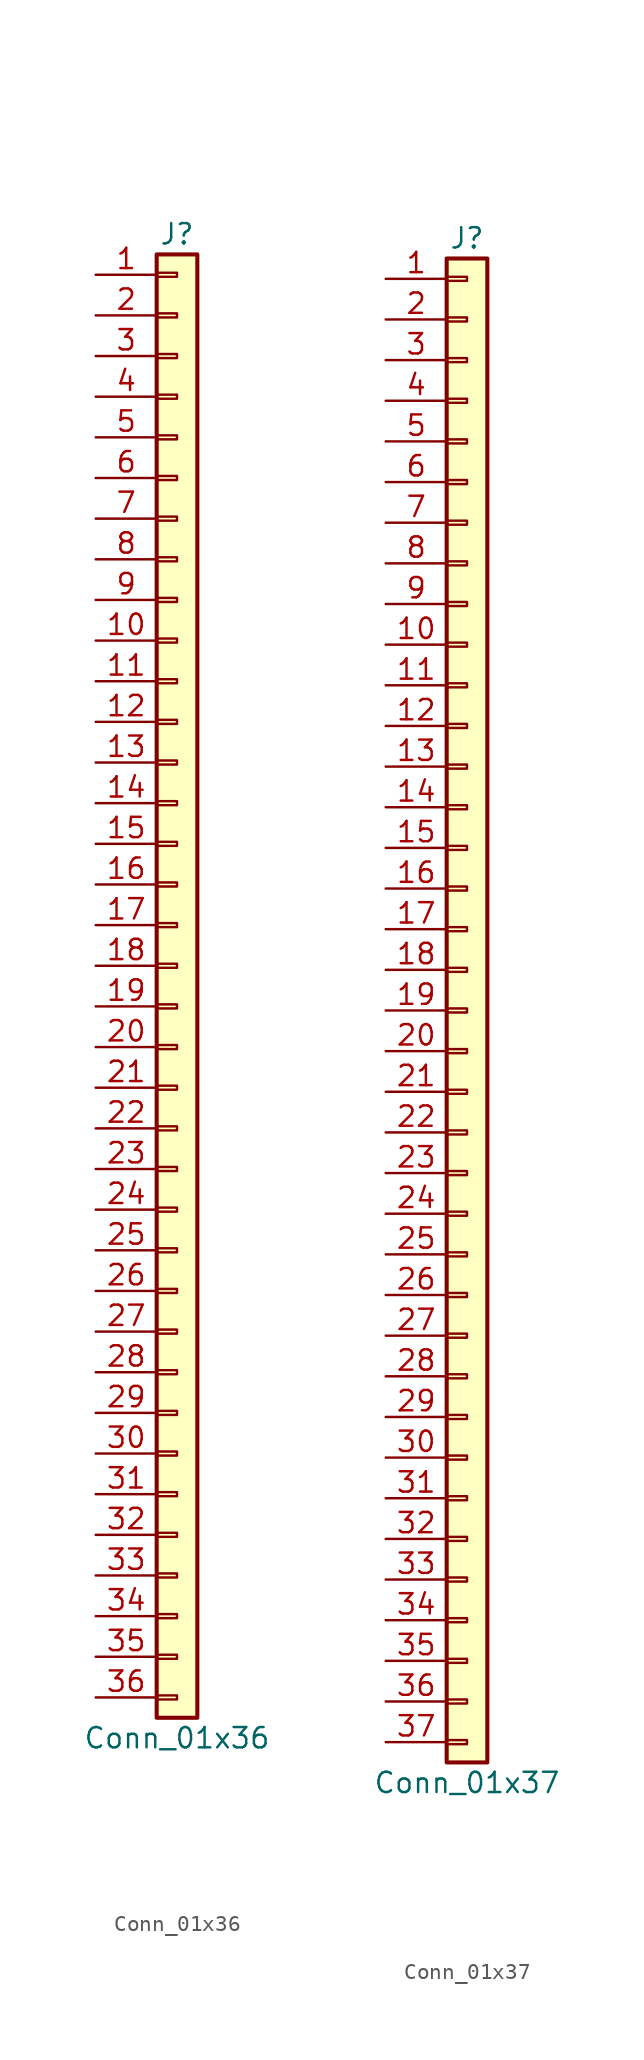
<source format=kicad_sym>
(kicad_symbol_lib
  (version 20201005)
  (generator kicad_symbol_editor)
  (symbol "Connector_Generic:Conn_01x36"
    (pin_names
      (offset 1.016) hide)
    (property "Reference" "J"
      (at 0 45.72 0)
      (effects (font (size 1.27 1.27))))
    (property "Value" "Conn_01x36"
      (at 0 -48.26 0)
      (effects (font (size 1.27 1.27))))
    (symbol "Conn_01x36_1_1"
      (rectangle (start -1.27 -27.813) (end 0 -28.067) (stroke (width 0.152)) (fill (type none)))
      (rectangle (start -1.27 -30.353) (end 0 -30.607) (stroke (width 0.152)) (fill (type none)))
      (rectangle (start -1.27 -32.893) (end 0 -33.147) (stroke (width 0.152)) (fill (type none)))
      (rectangle (start -1.27 -35.433) (end 0 -35.687) (stroke (width 0.152)) (fill (type none)))
      (rectangle (start -1.27 -37.973) (end 0 -38.227) (stroke (width 0.152)) (fill (type none)))
      (rectangle (start -1.27 -40.513) (end 0 -40.767) (stroke (width 0.152)) (fill (type none)))
      (rectangle (start -1.27 -43.053) (end 0 -43.307) (stroke (width 0.152)) (fill (type none)))
      (rectangle (start -1.27 -45.593) (end 0 -45.847) (stroke (width 0.152)) (fill (type none)))
      (rectangle (start -1.27 -4.953) (end 0 -5.207) (stroke (width 0.152)) (fill (type none)))
      (rectangle (start -1.27 -7.493) (end 0 -7.747) (stroke (width 0.152)) (fill (type none)))
      (rectangle (start -1.27 -10.033) (end 0 -10.287) (stroke (width 0.152)) (fill (type none)))
      (rectangle (start -1.27 -12.573) (end 0 -12.827) (stroke (width 0.152)) (fill (type none)))
      (rectangle (start -1.27 -15.113) (end 0 -15.367) (stroke (width 0.152)) (fill (type none)))
      (rectangle (start -1.27 -17.653) (end 0 -17.907) (stroke (width 0.152)) (fill (type none)))
      (rectangle (start -1.27 -20.193) (end 0 -20.447) (stroke (width 0.152)) (fill (type none)))
      (rectangle (start -1.27 -22.733) (end 0 -22.987) (stroke (width 0.152)) (fill (type none)))
      (rectangle (start -1.27 -2.413) (end 0 -2.667) (stroke (width 0.152)) (fill (type none)))
      (rectangle (start -1.27 -25.273) (end 0 -25.527) (stroke (width 0.152)) (fill (type none)))
      (rectangle (start -1.27 25.527) (end 0 25.273) (stroke (width 0.152)) (fill (type none)))
      (rectangle (start -1.27 2.667) (end 0 2.413) (stroke (width 0.152)) (fill (type none)))
      (rectangle (start -1.27 28.067) (end 0 27.813) (stroke (width 0.152)) (fill (type none)))
      (rectangle (start -1.27 30.607) (end 0 30.353) (stroke (width 0.152)) (fill (type none)))
      (rectangle (start -1.27 33.147) (end 0 32.893) (stroke (width 0.152)) (fill (type none)))
      (rectangle (start -1.27 35.687) (end 0 35.433) (stroke (width 0.152)) (fill (type none)))
      (rectangle (start -1.27 38.227) (end 0 37.973) (stroke (width 0.152)) (fill (type none)))
      (rectangle (start -1.27 40.767) (end 0 40.513) (stroke (width 0.152)) (fill (type none)))
      (rectangle (start -1.27 43.307) (end 0 43.053) (stroke (width 0.152)) (fill (type none)))
      (rectangle (start -1.27 44.45) (end 1.27 -46.99) (stroke (width 0.254)) (fill (type background)))
      (rectangle (start -1.27 5.207) (end 0 4.953) (stroke (width 0.152)) (fill (type none)))
      (rectangle (start -1.27 7.747) (end 0 7.493) (stroke (width 0.152)) (fill (type none)))
      (rectangle (start -1.27 10.287) (end 0 10.033) (stroke (width 0.152)) (fill (type none)))
      (rectangle (start -1.27 0.127) (end 0 -0.127) (stroke (width 0.152)) (fill (type none)))
      (rectangle (start -1.27 12.827) (end 0 12.573) (stroke (width 0.152)) (fill (type none)))
      (rectangle (start -1.27 15.367) (end 0 15.113) (stroke (width 0.152)) (fill (type none)))
      (rectangle (start -1.27 17.907) (end 0 17.653) (stroke (width 0.152)) (fill (type none)))
      (rectangle (start -1.27 20.447) (end 0 20.193) (stroke (width 0.152)) (fill (type none)))
      (rectangle (start -1.27 22.987) (end 0 22.733) (stroke (width 0.152)) (fill (type none)))
      (pin passive line (at -5.08 43.18 0) (length 3.81) (name "Pin_1" (effects (font (size 1.27 1.27)))) (number "1" (effects (font (size 1.27 1.27)))))
      (pin passive line (at -5.08 20.32 0) (length 3.81) (name "Pin_10" (effects (font (size 1.27 1.27)))) (number "10" (effects (font (size 1.27 1.27)))))
      (pin passive line (at -5.08 17.78 0) (length 3.81) (name "Pin_11" (effects (font (size 1.27 1.27)))) (number "11" (effects (font (size 1.27 1.27)))))
      (pin passive line (at -5.08 15.24 0) (length 3.81) (name "Pin_12" (effects (font (size 1.27 1.27)))) (number "12" (effects (font (size 1.27 1.27)))))
      (pin passive line (at -5.08 12.7 0) (length 3.81) (name "Pin_13" (effects (font (size 1.27 1.27)))) (number "13" (effects (font (size 1.27 1.27)))))
      (pin passive line (at -5.08 10.16 0) (length 3.81) (name "Pin_14" (effects (font (size 1.27 1.27)))) (number "14" (effects (font (size 1.27 1.27)))))
      (pin passive line (at -5.08 7.62 0) (length 3.81) (name "Pin_15" (effects (font (size 1.27 1.27)))) (number "15" (effects (font (size 1.27 1.27)))))
      (pin passive line (at -5.08 5.08 0) (length 3.81) (name "Pin_16" (effects (font (size 1.27 1.27)))) (number "16" (effects (font (size 1.27 1.27)))))
      (pin passive line (at -5.08 2.54 0) (length 3.81) (name "Pin_17" (effects (font (size 1.27 1.27)))) (number "17" (effects (font (size 1.27 1.27)))))
      (pin passive line (at -5.08 0 0) (length 3.81) (name "Pin_18" (effects (font (size 1.27 1.27)))) (number "18" (effects (font (size 1.27 1.27)))))
      (pin passive line (at -5.08 -2.54 0) (length 3.81) (name "Pin_19" (effects (font (size 1.27 1.27)))) (number "19" (effects (font (size 1.27 1.27)))))
      (pin passive line (at -5.08 40.64 0) (length 3.81) (name "Pin_2" (effects (font (size 1.27 1.27)))) (number "2" (effects (font (size 1.27 1.27)))))
      (pin passive line (at -5.08 -5.08 0) (length 3.81) (name "Pin_20" (effects (font (size 1.27 1.27)))) (number "20" (effects (font (size 1.27 1.27)))))
      (pin passive line (at -5.08 -7.62 0) (length 3.81) (name "Pin_21" (effects (font (size 1.27 1.27)))) (number "21" (effects (font (size 1.27 1.27)))))
      (pin passive line (at -5.08 -10.16 0) (length 3.81) (name "Pin_22" (effects (font (size 1.27 1.27)))) (number "22" (effects (font (size 1.27 1.27)))))
      (pin passive line (at -5.08 -12.7 0) (length 3.81) (name "Pin_23" (effects (font (size 1.27 1.27)))) (number "23" (effects (font (size 1.27 1.27)))))
      (pin passive line (at -5.08 -15.24 0) (length 3.81) (name "Pin_24" (effects (font (size 1.27 1.27)))) (number "24" (effects (font (size 1.27 1.27)))))
      (pin passive line (at -5.08 -17.78 0) (length 3.81) (name "Pin_25" (effects (font (size 1.27 1.27)))) (number "25" (effects (font (size 1.27 1.27)))))
      (pin passive line (at -5.08 -20.32 0) (length 3.81) (name "Pin_26" (effects (font (size 1.27 1.27)))) (number "26" (effects (font (size 1.27 1.27)))))
      (pin passive line (at -5.08 -22.86 0) (length 3.81) (name "Pin_27" (effects (font (size 1.27 1.27)))) (number "27" (effects (font (size 1.27 1.27)))))
      (pin passive line (at -5.08 -25.4 0) (length 3.81) (name "Pin_28" (effects (font (size 1.27 1.27)))) (number "28" (effects (font (size 1.27 1.27)))))
      (pin passive line (at -5.08 -27.94 0) (length 3.81) (name "Pin_29" (effects (font (size 1.27 1.27)))) (number "29" (effects (font (size 1.27 1.27)))))
      (pin passive line (at -5.08 38.1 0) (length 3.81) (name "Pin_3" (effects (font (size 1.27 1.27)))) (number "3" (effects (font (size 1.27 1.27)))))
      (pin passive line (at -5.08 -30.48 0) (length 3.81) (name "Pin_30" (effects (font (size 1.27 1.27)))) (number "30" (effects (font (size 1.27 1.27)))))
      (pin passive line (at -5.08 -33.02 0) (length 3.81) (name "Pin_31" (effects (font (size 1.27 1.27)))) (number "31" (effects (font (size 1.27 1.27)))))
      (pin passive line (at -5.08 -35.56 0) (length 3.81) (name "Pin_32" (effects (font (size 1.27 1.27)))) (number "32" (effects (font (size 1.27 1.27)))))
      (pin passive line (at -5.08 -38.1 0) (length 3.81) (name "Pin_33" (effects (font (size 1.27 1.27)))) (number "33" (effects (font (size 1.27 1.27)))))
      (pin passive line (at -5.08 -40.64 0) (length 3.81) (name "Pin_34" (effects (font (size 1.27 1.27)))) (number "34" (effects (font (size 1.27 1.27)))))
      (pin passive line (at -5.08 -43.18 0) (length 3.81) (name "Pin_35" (effects (font (size 1.27 1.27)))) (number "35" (effects (font (size 1.27 1.27)))))
      (pin passive line (at -5.08 -45.72 0) (length 3.81) (name "Pin_36" (effects (font (size 1.27 1.27)))) (number "36" (effects (font (size 1.27 1.27)))))
      (pin passive line (at -5.08 35.56 0) (length 3.81) (name "Pin_4" (effects (font (size 1.27 1.27)))) (number "4" (effects (font (size 1.27 1.27)))))
      (pin passive line (at -5.08 33.02 0) (length 3.81) (name "Pin_5" (effects (font (size 1.27 1.27)))) (number "5" (effects (font (size 1.27 1.27)))))
      (pin passive line (at -5.08 30.48 0) (length 3.81) (name "Pin_6" (effects (font (size 1.27 1.27)))) (number "6" (effects (font (size 1.27 1.27)))))
      (pin passive line (at -5.08 27.94 0) (length 3.81) (name "Pin_7" (effects (font (size 1.27 1.27)))) (number "7" (effects (font (size 1.27 1.27)))))
      (pin passive line (at -5.08 25.4 0) (length 3.81) (name "Pin_8" (effects (font (size 1.27 1.27)))) (number "8" (effects (font (size 1.27 1.27)))))
      (pin passive line (at -5.08 22.86 0) (length 3.81) (name "Pin_9" (effects (font (size 1.27 1.27)))) (number "9" (effects (font (size 1.27 1.27)))))))
  (symbol "Connector_Generic:Conn_01x37"
    (pin_names
      (offset 1.016) hide)
    (property "Reference" "J"
      (at 0 48.26 0)
      (effects (font (size 1.27 1.27))))
    (property "Value" "Conn_01x37"
      (at 0 -48.26 0)
      (effects (font (size 1.27 1.27))))
    (symbol "Conn_01x37_1_1"
      (rectangle (start -1.27 -27.813) (end 0 -28.067) (stroke (width 0.152)) (fill (type none)))
      (rectangle (start -1.27 -30.353) (end 0 -30.607) (stroke (width 0.152)) (fill (type none)))
      (rectangle (start -1.27 -32.893) (end 0 -33.147) (stroke (width 0.152)) (fill (type none)))
      (rectangle (start -1.27 -35.433) (end 0 -35.687) (stroke (width 0.152)) (fill (type none)))
      (rectangle (start -1.27 -37.973) (end 0 -38.227) (stroke (width 0.152)) (fill (type none)))
      (rectangle (start -1.27 -40.513) (end 0 -40.767) (stroke (width 0.152)) (fill (type none)))
      (rectangle (start -1.27 -43.053) (end 0 -43.307) (stroke (width 0.152)) (fill (type none)))
      (rectangle (start -1.27 -45.593) (end 0 -45.847) (stroke (width 0.152)) (fill (type none)))
      (rectangle (start -1.27 -4.953) (end 0 -5.207) (stroke (width 0.152)) (fill (type none)))
      (rectangle (start -1.27 -7.493) (end 0 -7.747) (stroke (width 0.152)) (fill (type none)))
      (rectangle (start -1.27 -10.033) (end 0 -10.287) (stroke (width 0.152)) (fill (type none)))
      (rectangle (start -1.27 -12.573) (end 0 -12.827) (stroke (width 0.152)) (fill (type none)))
      (rectangle (start -1.27 -15.113) (end 0 -15.367) (stroke (width 0.152)) (fill (type none)))
      (rectangle (start -1.27 -17.653) (end 0 -17.907) (stroke (width 0.152)) (fill (type none)))
      (rectangle (start -1.27 -20.193) (end 0 -20.447) (stroke (width 0.152)) (fill (type none)))
      (rectangle (start -1.27 -22.733) (end 0 -22.987) (stroke (width 0.152)) (fill (type none)))
      (rectangle (start -1.27 -2.413) (end 0 -2.667) (stroke (width 0.152)) (fill (type none)))
      (rectangle (start -1.27 -25.273) (end 0 -25.527) (stroke (width 0.152)) (fill (type none)))
      (rectangle (start -1.27 25.527) (end 0 25.273) (stroke (width 0.152)) (fill (type none)))
      (rectangle (start -1.27 2.667) (end 0 2.413) (stroke (width 0.152)) (fill (type none)))
      (rectangle (start -1.27 28.067) (end 0 27.813) (stroke (width 0.152)) (fill (type none)))
      (rectangle (start -1.27 30.607) (end 0 30.353) (stroke (width 0.152)) (fill (type none)))
      (rectangle (start -1.27 33.147) (end 0 32.893) (stroke (width 0.152)) (fill (type none)))
      (rectangle (start -1.27 35.687) (end 0 35.433) (stroke (width 0.152)) (fill (type none)))
      (rectangle (start -1.27 38.227) (end 0 37.973) (stroke (width 0.152)) (fill (type none)))
      (rectangle (start -1.27 40.767) (end 0 40.513) (stroke (width 0.152)) (fill (type none)))
      (rectangle (start -1.27 43.307) (end 0 43.053) (stroke (width 0.152)) (fill (type none)))
      (rectangle (start -1.27 45.847) (end 0 45.593) (stroke (width 0.152)) (fill (type none)))
      (rectangle (start -1.27 46.99) (end 1.27 -46.99) (stroke (width 0.254)) (fill (type background)))
      (rectangle (start -1.27 5.207) (end 0 4.953) (stroke (width 0.152)) (fill (type none)))
      (rectangle (start -1.27 7.747) (end 0 7.493) (stroke (width 0.152)) (fill (type none)))
      (rectangle (start -1.27 10.287) (end 0 10.033) (stroke (width 0.152)) (fill (type none)))
      (rectangle (start -1.27 0.127) (end 0 -0.127) (stroke (width 0.152)) (fill (type none)))
      (rectangle (start -1.27 12.827) (end 0 12.573) (stroke (width 0.152)) (fill (type none)))
      (rectangle (start -1.27 15.367) (end 0 15.113) (stroke (width 0.152)) (fill (type none)))
      (rectangle (start -1.27 17.907) (end 0 17.653) (stroke (width 0.152)) (fill (type none)))
      (rectangle (start -1.27 20.447) (end 0 20.193) (stroke (width 0.152)) (fill (type none)))
      (rectangle (start -1.27 22.987) (end 0 22.733) (stroke (width 0.152)) (fill (type none)))
      (pin passive line (at -5.08 45.72 0) (length 3.81) (name "Pin_1" (effects (font (size 1.27 1.27)))) (number "1" (effects (font (size 1.27 1.27)))))
      (pin passive line (at -5.08 22.86 0) (length 3.81) (name "Pin_10" (effects (font (size 1.27 1.27)))) (number "10" (effects (font (size 1.27 1.27)))))
      (pin passive line (at -5.08 20.32 0) (length 3.81) (name "Pin_11" (effects (font (size 1.27 1.27)))) (number "11" (effects (font (size 1.27 1.27)))))
      (pin passive line (at -5.08 17.78 0) (length 3.81) (name "Pin_12" (effects (font (size 1.27 1.27)))) (number "12" (effects (font (size 1.27 1.27)))))
      (pin passive line (at -5.08 15.24 0) (length 3.81) (name "Pin_13" (effects (font (size 1.27 1.27)))) (number "13" (effects (font (size 1.27 1.27)))))
      (pin passive line (at -5.08 12.7 0) (length 3.81) (name "Pin_14" (effects (font (size 1.27 1.27)))) (number "14" (effects (font (size 1.27 1.27)))))
      (pin passive line (at -5.08 10.16 0) (length 3.81) (name "Pin_15" (effects (font (size 1.27 1.27)))) (number "15" (effects (font (size 1.27 1.27)))))
      (pin passive line (at -5.08 7.62 0) (length 3.81) (name "Pin_16" (effects (font (size 1.27 1.27)))) (number "16" (effects (font (size 1.27 1.27)))))
      (pin passive line (at -5.08 5.08 0) (length 3.81) (name "Pin_17" (effects (font (size 1.27 1.27)))) (number "17" (effects (font (size 1.27 1.27)))))
      (pin passive line (at -5.08 2.54 0) (length 3.81) (name "Pin_18" (effects (font (size 1.27 1.27)))) (number "18" (effects (font (size 1.27 1.27)))))
      (pin passive line (at -5.08 0 0) (length 3.81) (name "Pin_19" (effects (font (size 1.27 1.27)))) (number "19" (effects (font (size 1.27 1.27)))))
      (pin passive line (at -5.08 43.18 0) (length 3.81) (name "Pin_2" (effects (font (size 1.27 1.27)))) (number "2" (effects (font (size 1.27 1.27)))))
      (pin passive line (at -5.08 -2.54 0) (length 3.81) (name "Pin_20" (effects (font (size 1.27 1.27)))) (number "20" (effects (font (size 1.27 1.27)))))
      (pin passive line (at -5.08 -5.08 0) (length 3.81) (name "Pin_21" (effects (font (size 1.27 1.27)))) (number "21" (effects (font (size 1.27 1.27)))))
      (pin passive line (at -5.08 -7.62 0) (length 3.81) (name "Pin_22" (effects (font (size 1.27 1.27)))) (number "22" (effects (font (size 1.27 1.27)))))
      (pin passive line (at -5.08 -10.16 0) (length 3.81) (name "Pin_23" (effects (font (size 1.27 1.27)))) (number "23" (effects (font (size 1.27 1.27)))))
      (pin passive line (at -5.08 -12.7 0) (length 3.81) (name "Pin_24" (effects (font (size 1.27 1.27)))) (number "24" (effects (font (size 1.27 1.27)))))
      (pin passive line (at -5.08 -15.24 0) (length 3.81) (name "Pin_25" (effects (font (size 1.27 1.27)))) (number "25" (effects (font (size 1.27 1.27)))))
      (pin passive line (at -5.08 -17.78 0) (length 3.81) (name "Pin_26" (effects (font (size 1.27 1.27)))) (number "26" (effects (font (size 1.27 1.27)))))
      (pin passive line (at -5.08 -20.32 0) (length 3.81) (name "Pin_27" (effects (font (size 1.27 1.27)))) (number "27" (effects (font (size 1.27 1.27)))))
      (pin passive line (at -5.08 -22.86 0) (length 3.81) (name "Pin_28" (effects (font (size 1.27 1.27)))) (number "28" (effects (font (size 1.27 1.27)))))
      (pin passive line (at -5.08 -25.4 0) (length 3.81) (name "Pin_29" (effects (font (size 1.27 1.27)))) (number "29" (effects (font (size 1.27 1.27)))))
      (pin passive line (at -5.08 40.64 0) (length 3.81) (name "Pin_3" (effects (font (size 1.27 1.27)))) (number "3" (effects (font (size 1.27 1.27)))))
      (pin passive line (at -5.08 -27.94 0) (length 3.81) (name "Pin_30" (effects (font (size 1.27 1.27)))) (number "30" (effects (font (size 1.27 1.27)))))
      (pin passive line (at -5.08 -30.48 0) (length 3.81) (name "Pin_31" (effects (font (size 1.27 1.27)))) (number "31" (effects (font (size 1.27 1.27)))))
      (pin passive line (at -5.08 -33.02 0) (length 3.81) (name "Pin_32" (effects (font (size 1.27 1.27)))) (number "32" (effects (font (size 1.27 1.27)))))
      (pin passive line (at -5.08 -35.56 0) (length 3.81) (name "Pin_33" (effects (font (size 1.27 1.27)))) (number "33" (effects (font (size 1.27 1.27)))))
      (pin passive line (at -5.08 -38.1 0) (length 3.81) (name "Pin_34" (effects (font (size 1.27 1.27)))) (number "34" (effects (font (size 1.27 1.27)))))
      (pin passive line (at -5.08 -40.64 0) (length 3.81) (name "Pin_35" (effects (font (size 1.27 1.27)))) (number "35" (effects (font (size 1.27 1.27)))))
      (pin passive line (at -5.08 -43.18 0) (length 3.81) (name "Pin_36" (effects (font (size 1.27 1.27)))) (number "36" (effects (font (size 1.27 1.27)))))
      (pin passive line (at -5.08 -45.72 0) (length 3.81) (name "Pin_37" (effects (font (size 1.27 1.27)))) (number "37" (effects (font (size 1.27 1.27)))))
      (pin passive line (at -5.08 38.1 0) (length 3.81) (name "Pin_4" (effects (font (size 1.27 1.27)))) (number "4" (effects (font (size 1.27 1.27)))))
      (pin passive line (at -5.08 35.56 0) (length 3.81) (name "Pin_5" (effects (font (size 1.27 1.27)))) (number "5" (effects (font (size 1.27 1.27)))))
      (pin passive line (at -5.08 33.02 0) (length 3.81) (name "Pin_6" (effects (font (size 1.27 1.27)))) (number "6" (effects (font (size 1.27 1.27)))))
      (pin passive line (at -5.08 30.48 0) (length 3.81) (name "Pin_7" (effects (font (size 1.27 1.27)))) (number "7" (effects (font (size 1.27 1.27)))))
      (pin passive line (at -5.08 27.94 0) (length 3.81) (name "Pin_8" (effects (font (size 1.27 1.27)))) (number "8" (effects (font (size 1.27 1.27)))))
      (pin passive line (at -5.08 25.4 0) (length 3.81) (name "Pin_9" (effects (font (size 1.27 1.27)))) (number "9" (effects (font (size 1.27 1.27))))))))
</source>
